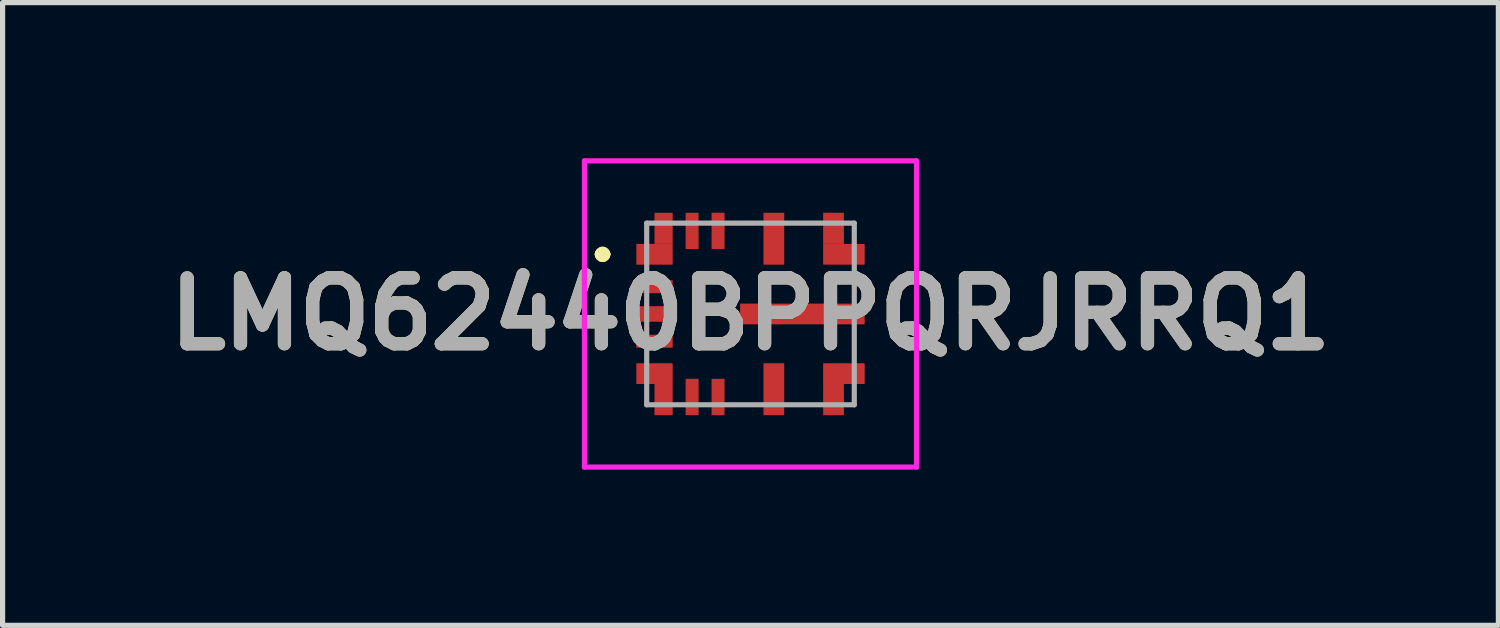
<source format=kicad_pcb>
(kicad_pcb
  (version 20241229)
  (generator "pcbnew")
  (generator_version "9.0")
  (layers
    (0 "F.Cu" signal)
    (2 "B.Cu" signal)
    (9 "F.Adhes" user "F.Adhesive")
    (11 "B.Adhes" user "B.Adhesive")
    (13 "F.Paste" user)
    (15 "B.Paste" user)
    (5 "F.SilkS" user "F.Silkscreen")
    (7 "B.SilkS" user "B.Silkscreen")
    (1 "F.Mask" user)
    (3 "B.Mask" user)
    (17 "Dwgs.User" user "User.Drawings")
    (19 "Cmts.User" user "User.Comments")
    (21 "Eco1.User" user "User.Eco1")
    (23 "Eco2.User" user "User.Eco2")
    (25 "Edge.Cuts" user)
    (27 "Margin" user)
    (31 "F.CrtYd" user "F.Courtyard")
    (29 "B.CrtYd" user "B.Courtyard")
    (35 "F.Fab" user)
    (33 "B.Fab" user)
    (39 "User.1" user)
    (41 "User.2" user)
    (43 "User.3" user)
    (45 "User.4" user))
  (footprint "LMQ62440BPPQRJRRQ1"
    (layer "F.Cu")
    (at 11.412 3)
    (property "Reference" "LMQ62440BPPQRJRRQ1" (at 0 0 0) (layer "F.SilkS") (effects (font (size 1.27 1.27) (thickness 0.254))))
    (attr smd)
    (fp_line (start -2.9 -1.15) (end -2.9 -1.15) (stroke (width 0.2) (type solid)) (layer "F.SilkS"))
    (fp_line (start -2.9 -1.15) (end -2.9 -1.15) (stroke (width 0.2) (type solid)) (layer "F.SilkS"))
    (fp_line (start -2.8 -1.15) (end -2.8 -1.15) (stroke (width 0.2) (type solid)) (layer "F.SilkS"))
    (fp_arc (start -2.9 -1.15) (mid -2.85 -1.2) (end -2.8 -1.15) (stroke (width 0.2) (type solid)) (layer "F.SilkS"))
    (fp_arc (start -2.8 -1.15) (mid -2.85 -1.1) (end -2.9 -1.15) (stroke (width 0.2) (type solid)) (layer "F.SilkS"))
    (fp_arc (start -2.8 -1.15) (mid -2.85 -1.1) (end -2.9 -1.15) (stroke (width 0.2) (type solid)) (layer "F.SilkS"))
    (fp_line (start -3.2 -2.95) (end 3.2 -2.95) (stroke (width 0.1) (type solid)) (layer "F.CrtYd"))
    (fp_line (start -3.2 2.95) (end -3.2 -2.95) (stroke (width 0.1) (type solid)) (layer "F.CrtYd"))
    (fp_line (start 3.2 -2.95) (end 3.2 2.95) (stroke (width 0.1) (type solid)) (layer "F.CrtYd"))
    (fp_line (start 3.2 2.95) (end -3.2 2.95) (stroke (width 0.1) (type solid)) (layer "F.CrtYd"))
    (fp_line (start -2 -1.75) (end -2 1.75) (stroke (width 0.1) (type solid)) (layer "F.Fab"))
    (fp_line (start -2 1.75) (end 2 1.75) (stroke (width 0.1) (type solid)) (layer "F.Fab"))
    (fp_line (start 2 -1.75) (end -2 -1.75) (stroke (width 0.1) (type solid)) (layer "F.Fab"))
    (fp_line (start 2 1.75) (end 2 -1.75) (stroke (width 0.1) (type solid)) (layer "F.Fab"))
    (fp_text user "${REFERENCE}" (at 0 0 0) (layer "F.Fab") (effects (font (size 1.27 1.27) (thickness 0.254))))
    (pad "1" smd rect (at -1.85 -1.15 90) (size 0.4 0.7) (layers "F.Cu" "F.Mask" "F.Paste"))
    (pad "2" smd rect (at -1.85 -0.525 90) (size 0.25 0.7) (layers "F.Cu" "F.Mask" "F.Paste"))
    (pad "3" smd rect (at -1.85 0 90) (size 0.3 0.7) (layers "F.Cu" "F.Mask" "F.Paste"))
    (pad "4" smd rect (at -1.85 0.525 90) (size 0.25 0.7) (layers "F.Cu" "F.Mask" "F.Paste"))
    (pad "5" smd rect (at -1.85 1.15 90) (size 0.4 0.7) (layers "F.Cu" "F.Mask" "F.Paste"))
    (pad "6" smd rect (at -1.125 1.6) (size 0.25 0.7) (layers "F.Cu" "F.Mask" "F.Paste"))
    (pad "7" smd rect (at -0.625 1.6) (size 0.25 0.7) (layers "F.Cu" "F.Mask" "F.Paste"))
    (pad "8" smd rect (at 0.45 1.45) (size 0.4 1) (layers "F.Cu" "F.Mask" "F.Paste"))
    (pad "9" smd rect (at 1.8 1.15 90) (size 0.4 0.8) (layers "F.Cu" "F.Mask" "F.Paste"))
    (pad "10" smd rect (at 1 0 90) (size 0.4 2.4) (layers "F.Cu" "F.Mask" "F.Paste"))
    (pad "11" smd rect (at 1.8 -1.15 90) (size 0.4 0.8) (layers "F.Cu" "F.Mask" "F.Paste"))
    (pad "12" smd rect (at 0.45 -1.45) (size 0.4 1) (layers "F.Cu" "F.Mask" "F.Paste"))
    (pad "13" smd rect (at -0.625 -1.6) (size 0.25 0.7) (layers "F.Cu" "F.Mask" "F.Paste"))
    (pad "14" smd rect (at -1.125 -1.6) (size 0.25 0.7) (layers "F.Cu" "F.Mask" "F.Paste"))
    (pad "15" smd rect (at -1.675 -1.65) (size 0.35 0.6) (layers "F.Cu" "F.Mask" "F.Paste"))
    (pad "16" smd rect (at -1.675 1.65) (size 0.35 0.6) (layers "F.Cu" "F.Mask" "F.Paste"))
    (pad "17" smd rect (at 1.6 1.65) (size 0.4 0.6) (layers "F.Cu" "F.Mask" "F.Paste"))
    (pad "18" smd rect (at 1.6 -1.65) (size 0.4 0.6) (layers "F.Cu" "F.Mask" "F.Paste")))
  (gr_rect
    (start -3 -3)
    (end 25.824 9)
    (stroke (width 0.1) (type default))
    (fill no)
    (layer "Edge.Cuts")))
</source>
